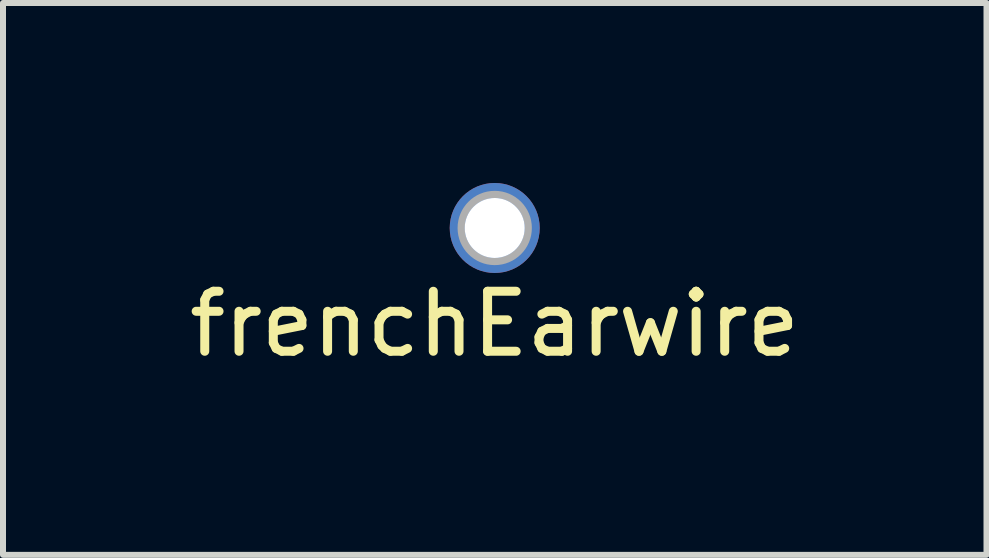
<source format=kicad_pcb>
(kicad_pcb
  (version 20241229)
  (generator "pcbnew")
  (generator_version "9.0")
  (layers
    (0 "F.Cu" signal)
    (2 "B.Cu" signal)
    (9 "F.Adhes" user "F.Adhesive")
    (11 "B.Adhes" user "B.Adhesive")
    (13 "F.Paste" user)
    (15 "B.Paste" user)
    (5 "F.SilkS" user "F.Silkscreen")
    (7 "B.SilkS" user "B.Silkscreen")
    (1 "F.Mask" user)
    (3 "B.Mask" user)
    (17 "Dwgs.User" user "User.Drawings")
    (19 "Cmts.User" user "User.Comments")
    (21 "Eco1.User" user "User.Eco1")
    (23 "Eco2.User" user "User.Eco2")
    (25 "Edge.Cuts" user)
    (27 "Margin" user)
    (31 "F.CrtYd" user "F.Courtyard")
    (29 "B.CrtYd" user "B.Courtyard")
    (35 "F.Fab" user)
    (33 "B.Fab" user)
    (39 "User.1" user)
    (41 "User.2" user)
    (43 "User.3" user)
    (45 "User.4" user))
  (footprint "frenchEarwire"
    (layer "F.Cu")
    (at 5.196 0.75)
    (property "Reference" "frenchEarwire" (at 0 1.6 0) (layer "F.SilkS") (effects (font (size 1 1) (thickness 0.15))))
    (attr through_hole)
    (fp_circle (center 0 0) (end 0.5 -0.25) (stroke (width 0.12) (type solid)) (fill no) (layer "F.Fab"))
    (pad "1" thru_hole circle (at 0 0) (size 1.5 1.5) (drill 1) (layers "*.Cu" "*.Mask")))
  (gr_rect
    (start -3 -3)
    (end 13.393 6.198)
    (stroke (width 0.1) (type default))
    (fill no)
    (layer "Edge.Cuts")))
</source>
